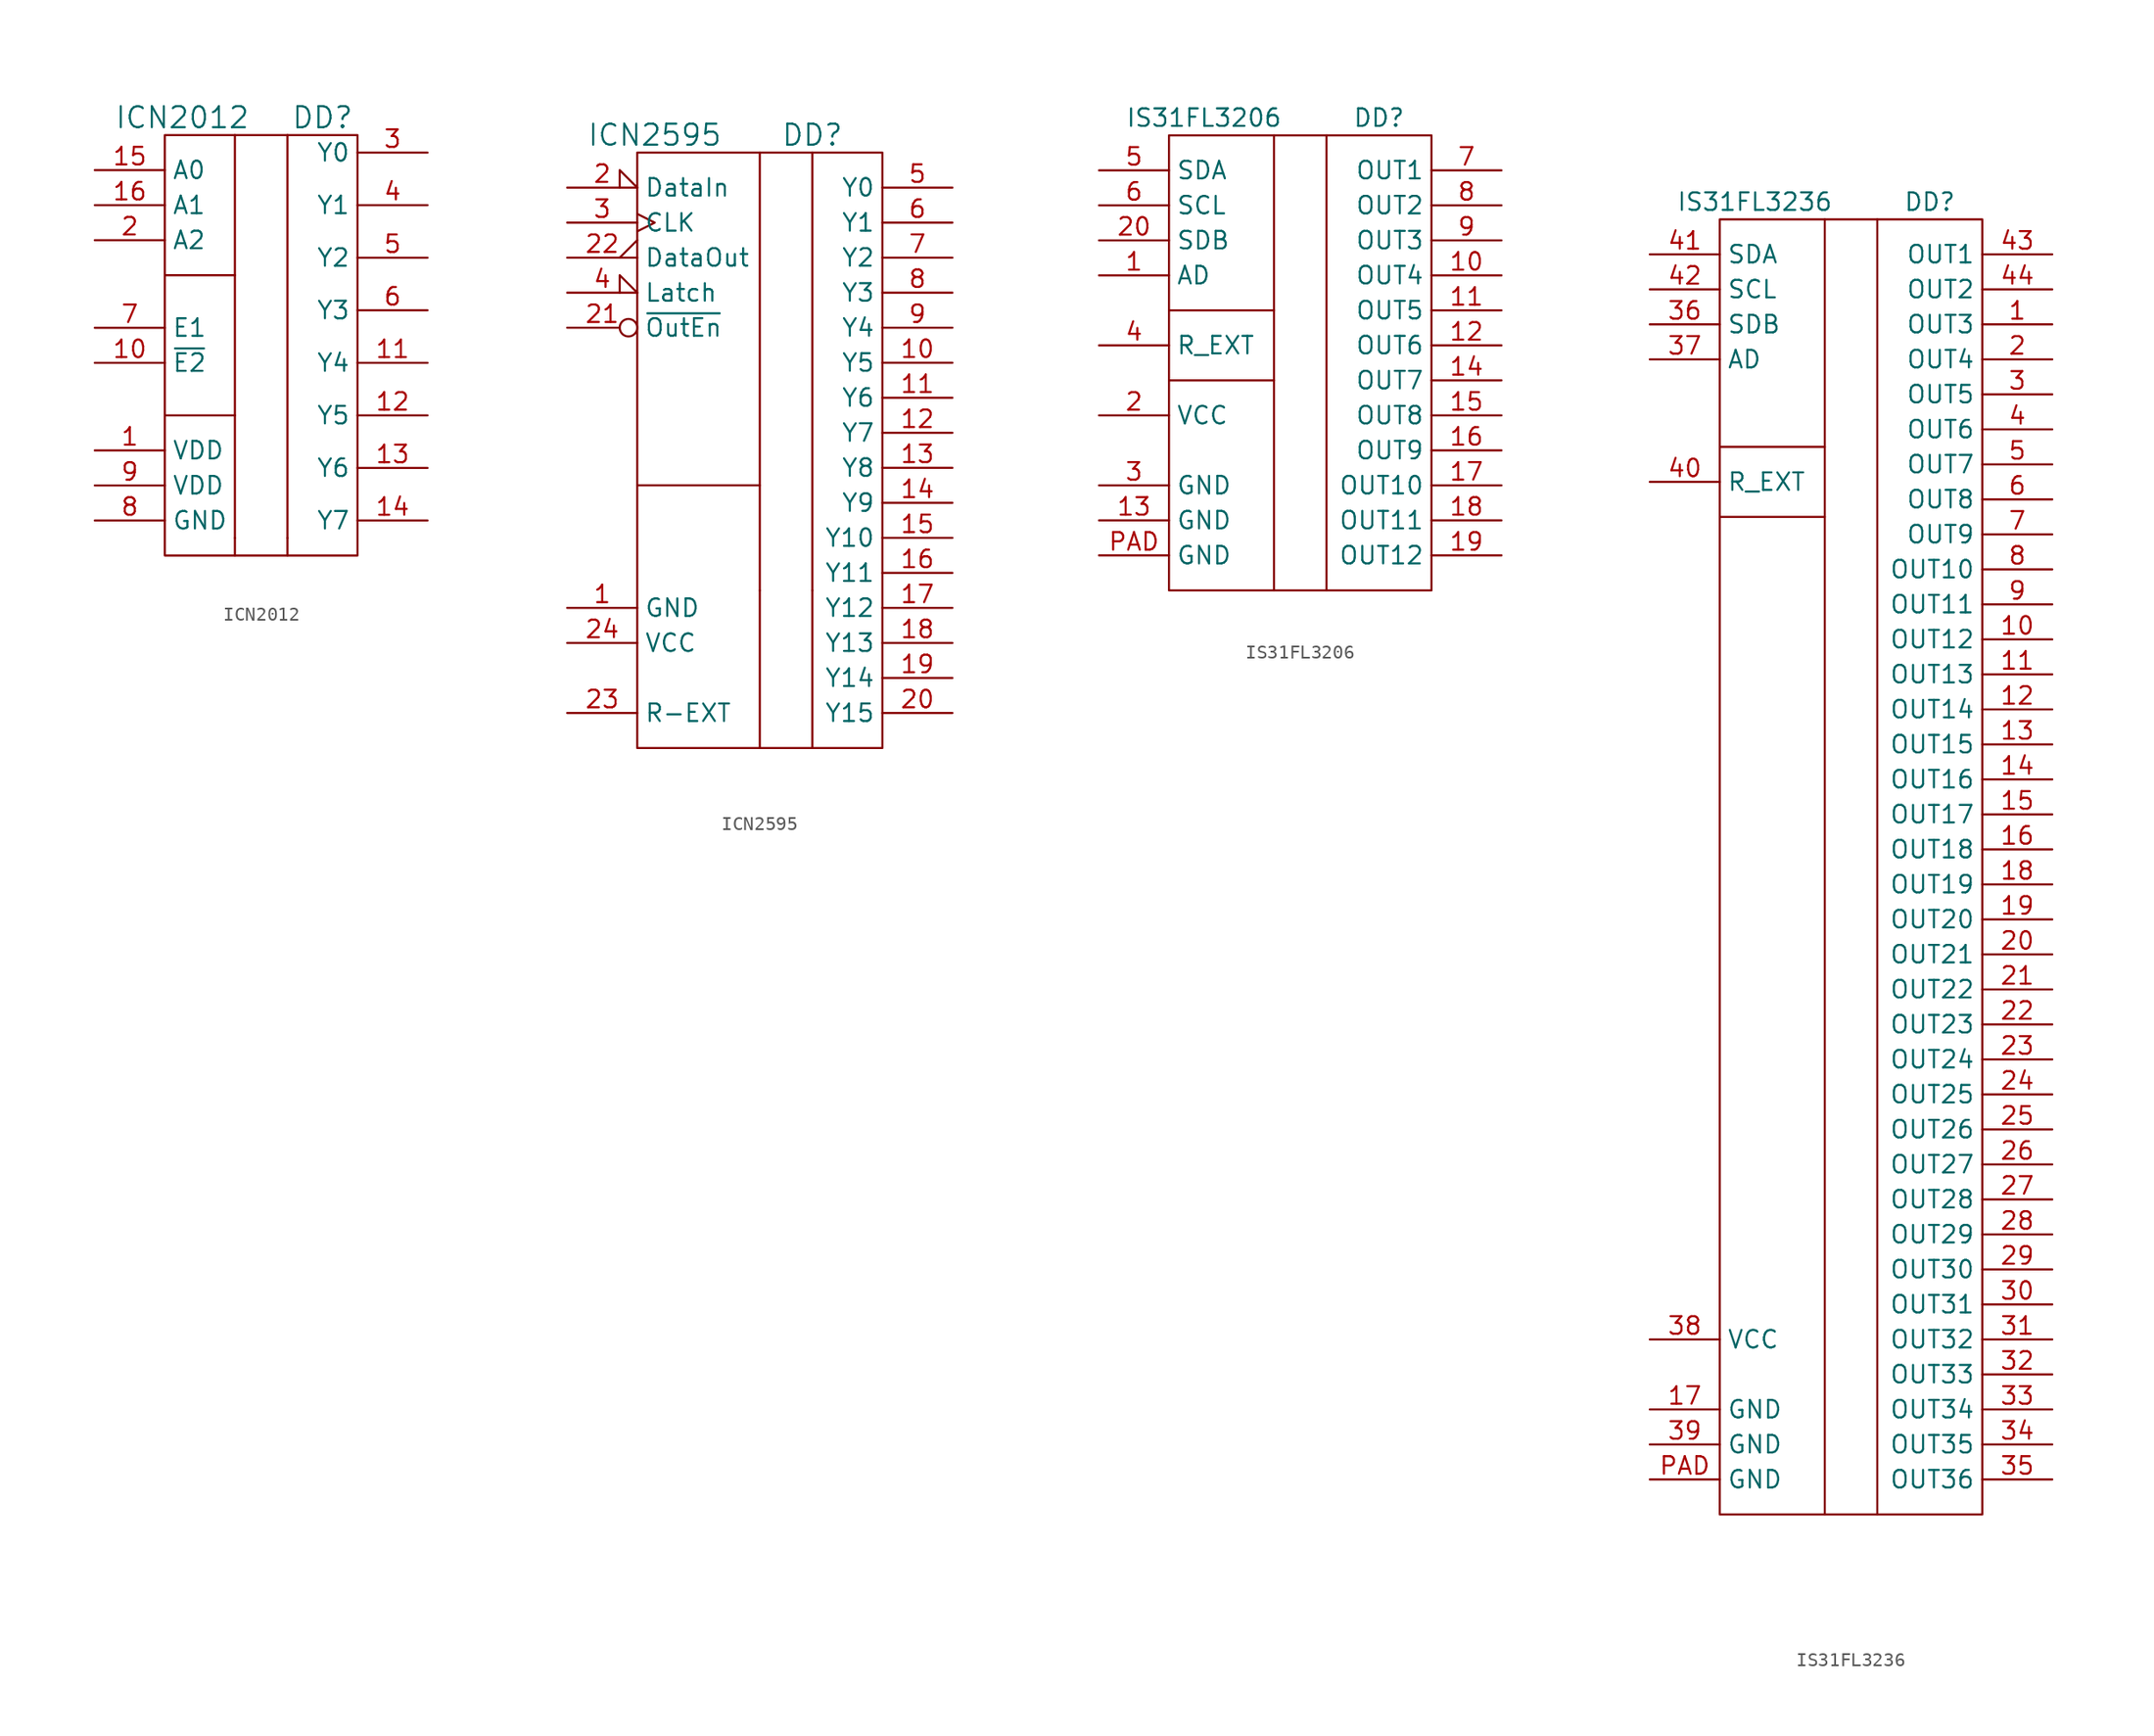
<source format=kicad_sym>
(kicad_symbol_lib
  (version 20200126)
  (host kicad_symbol_editor "(5.99.0-2374-ga61ea1fb0)")
  (symbol "LED_Driver:ICN2012"
    (property "Reference" "DD"
      (at 5.08 16.51 0)
      (effects (font (size 1.524 1.524))))
    (property "Value" "ICN2012"
      (at -5.08 16.51 0)
      (effects (font (size 1.524 1.524))))
    (property "Datasheet" ""
      (at 0 0 0)
      (effects (font (size 1.524 1.524))))
    (symbol "ICN2012_0_1"
      (rectangle (start -6.35 15.24) (end 7.62 -15.24) (stroke (width 0)) (fill (type none)))
      (polyline (pts (xy -1.27 -13.97) (xy -1.27 -15.24)) (stroke (width 0)) (fill (type none)))
      (polyline (pts (xy 2.54 -13.97) (xy 2.54 -15.24)) (stroke (width 0)) (fill (type none)))
      (polyline (pts (xy -6.35 -5.08) (xy -1.27 -5.08) (xy -1.27 -5.08)) (stroke (width 0)) (fill (type none)))
      (polyline (pts (xy -6.35 5.08) (xy -1.27 5.08) (xy -1.27 5.08)) (stroke (width 0)) (fill (type none)))
      (polyline (pts (xy -1.27 15.24) (xy -1.27 -13.97) (xy -1.27 -13.97)) (stroke (width 0)) (fill (type none)))
      (polyline (pts (xy 2.54 15.24) (xy 2.54 -13.97) (xy 2.54 -13.97)) (stroke (width 0)) (fill (type none))))
    (symbol "ICN2012_1_1"
      (pin power_in line (at -11.43 -7.62 0) (length 5.08) (name "VDD" (effects (font (size 1.27 1.27)))) (number "1" (effects (font (size 1.27 1.27)))))
      (pin passive line (at -11.43 -1.27 0) (length 5.08) (name "~E2" (effects (font (size 1.27 1.27)))) (number "10" (effects (font (size 1.27 1.27)))))
      (pin passive line (at 12.7 -1.27 180) (length 5.08) (name "Y4" (effects (font (size 1.27 1.27)))) (number "11" (effects (font (size 1.27 1.27)))))
      (pin passive line (at 12.7 -5.08 180) (length 5.08) (name "Y5" (effects (font (size 1.27 1.27)))) (number "12" (effects (font (size 1.27 1.27)))))
      (pin passive line (at 12.7 -8.89 180) (length 5.08) (name "Y6" (effects (font (size 1.27 1.27)))) (number "13" (effects (font (size 1.27 1.27)))))
      (pin passive line (at 12.7 -12.7 180) (length 5.08) (name "Y7" (effects (font (size 1.27 1.27)))) (number "14" (effects (font (size 1.27 1.27)))))
      (pin passive line (at -11.43 12.7 0) (length 5.08) (name "A0" (effects (font (size 1.27 1.27)))) (number "15" (effects (font (size 1.27 1.27)))))
      (pin passive line (at -11.43 10.16 0) (length 5.08) (name "A1" (effects (font (size 1.27 1.27)))) (number "16" (effects (font (size 1.27 1.27)))))
      (pin passive line (at -11.43 7.62 0) (length 5.08) (name "A2" (effects (font (size 1.27 1.27)))) (number "2" (effects (font (size 1.27 1.27)))))
      (pin passive line (at 12.7 13.97 180) (length 5.08) (name "Y0" (effects (font (size 1.27 1.27)))) (number "3" (effects (font (size 1.27 1.27)))))
      (pin passive line (at 12.7 10.16 180) (length 5.08) (name "Y1" (effects (font (size 1.27 1.27)))) (number "4" (effects (font (size 1.27 1.27)))))
      (pin passive line (at 12.7 6.35 180) (length 5.08) (name "Y2" (effects (font (size 1.27 1.27)))) (number "5" (effects (font (size 1.27 1.27)))))
      (pin passive line (at 12.7 2.54 180) (length 5.08) (name "Y3" (effects (font (size 1.27 1.27)))) (number "6" (effects (font (size 1.27 1.27)))))
      (pin passive line (at -11.43 1.27 0) (length 5.08) (name "E1" (effects (font (size 1.27 1.27)))) (number "7" (effects (font (size 1.27 1.27)))))
      (pin power_in line (at -11.43 -12.7 0) (length 5.08) (name "GND" (effects (font (size 1.27 1.27)))) (number "8" (effects (font (size 1.27 1.27)))))
      (pin power_in line (at -11.43 -10.16 0) (length 5.08) (name "VDD" (effects (font (size 1.27 1.27)))) (number "9" (effects (font (size 1.27 1.27)))))))
  (symbol "LED_Driver:ICN2595"
    (property "Reference" "DD"
      (at 3.81 21.59 0)
      (effects (font (size 1.524 1.524))))
    (property "Value" "ICN2595"
      (at -7.62 21.59 0)
      (effects (font (size 1.524 1.524))))
    (symbol "ICN2595_0_1"
      (rectangle (start -8.89 20.32) (end 8.89 -22.86) (stroke (width 0)) (fill (type none)))
      (polyline (pts (xy 0 -11.43) (xy 0 -22.86)) (stroke (width 0)) (fill (type none)))
      (polyline (pts (xy 3.81 -11.43) (xy 3.81 -22.86)) (stroke (width 0)) (fill (type none)))
      (polyline (pts (xy -8.89 -3.81) (xy 0 -3.81) (xy 0 -3.81)) (stroke (width 0)) (fill (type none)))
      (polyline (pts (xy 0 20.32) (xy 0 -11.43) (xy 0 -11.43)) (stroke (width 0)) (fill (type none)))
      (polyline (pts (xy 3.81 20.32) (xy 3.81 -11.43) (xy 3.81 -11.43)) (stroke (width 0)) (fill (type none))))
    (symbol "ICN2595_1_1"
      (pin power_in line (at -13.97 -12.7 0) (length 5.08) (name "GND" (effects (font (size 1.27 1.27)))) (number "1" (effects (font (size 1.27 1.27)))))
      (pin passive line (at 13.97 5.08 180) (length 5.08) (name "Y5" (effects (font (size 1.27 1.27)))) (number "10" (effects (font (size 1.27 1.27)))))
      (pin passive line (at 13.97 2.54 180) (length 5.08) (name "Y6" (effects (font (size 1.27 1.27)))) (number "11" (effects (font (size 1.27 1.27)))))
      (pin passive line (at 13.97 0 180) (length 5.08) (name "Y7" (effects (font (size 1.27 1.27)))) (number "12" (effects (font (size 1.27 1.27)))))
      (pin passive line (at 13.97 -2.54 180) (length 5.08) (name "Y8" (effects (font (size 1.27 1.27)))) (number "13" (effects (font (size 1.27 1.27)))))
      (pin passive line (at 13.97 -5.08 180) (length 5.08) (name "Y9" (effects (font (size 1.27 1.27)))) (number "14" (effects (font (size 1.27 1.27)))))
      (pin passive line (at 13.97 -7.62 180) (length 5.08) (name "Y10" (effects (font (size 1.27 1.27)))) (number "15" (effects (font (size 1.27 1.27)))))
      (pin passive line (at 13.97 -10.16 180) (length 5.08) (name "Y11" (effects (font (size 1.27 1.27)))) (number "16" (effects (font (size 1.27 1.27)))))
      (pin passive line (at 13.97 -12.7 180) (length 5.08) (name "Y12" (effects (font (size 1.27 1.27)))) (number "17" (effects (font (size 1.27 1.27)))))
      (pin passive line (at 13.97 -15.24 180) (length 5.08) (name "Y13" (effects (font (size 1.27 1.27)))) (number "18" (effects (font (size 1.27 1.27)))))
      (pin passive line (at 13.97 -17.78 180) (length 5.08) (name "Y14" (effects (font (size 1.27 1.27)))) (number "19" (effects (font (size 1.27 1.27)))))
      (pin passive input_low (at -13.97 17.78 0) (length 5.08) (name "DataIn" (effects (font (size 1.27 1.27)))) (number "2" (effects (font (size 1.27 1.27)))))
      (pin passive line (at 13.97 -20.32 180) (length 5.08) (name "Y15" (effects (font (size 1.27 1.27)))) (number "20" (effects (font (size 1.27 1.27)))))
      (pin passive inverted (at -13.97 7.62 0) (length 5.08) (name "~OutEn" (effects (font (size 1.27 1.27)))) (number "21" (effects (font (size 1.27 1.27)))))
      (pin passive output_low (at -13.97 12.7 0) (length 5.08) (name "DataOut" (effects (font (size 1.27 1.27)))) (number "22" (effects (font (size 1.27 1.27)))))
      (pin passive line (at -13.97 -20.32 0) (length 5.08) (name "R-EXT" (effects (font (size 1.27 1.27)))) (number "23" (effects (font (size 1.27 1.27)))))
      (pin power_in line (at -13.97 -15.24 0) (length 5.08) (name "VCC" (effects (font (size 1.27 1.27)))) (number "24" (effects (font (size 1.27 1.27)))))
      (pin passive clock (at -13.97 15.24 0) (length 5.08) (name "CLK" (effects (font (size 1.27 1.27)))) (number "3" (effects (font (size 1.27 1.27)))))
      (pin passive input_low (at -13.97 10.16 0) (length 5.08) (name "Latch" (effects (font (size 1.27 1.27)))) (number "4" (effects (font (size 1.27 1.27)))))
      (pin passive line (at 13.97 17.78 180) (length 5.08) (name "Y0" (effects (font (size 1.27 1.27)))) (number "5" (effects (font (size 1.27 1.27)))))
      (pin passive line (at 13.97 15.24 180) (length 5.08) (name "Y1" (effects (font (size 1.27 1.27)))) (number "6" (effects (font (size 1.27 1.27)))))
      (pin passive line (at 13.97 12.7 180) (length 5.08) (name "Y2" (effects (font (size 1.27 1.27)))) (number "7" (effects (font (size 1.27 1.27)))))
      (pin passive line (at 13.97 10.16 180) (length 5.08) (name "Y3" (effects (font (size 1.27 1.27)))) (number "8" (effects (font (size 1.27 1.27)))))
      (pin passive line (at 13.97 7.62 180) (length 5.08) (name "Y4" (effects (font (size 1.27 1.27)))) (number "9" (effects (font (size 1.27 1.27)))))))
  (symbol "LED_Driver:IS31FL3206"
    (property "Reference" "DD"
      (at 6.35 17.78 0)
      (effects (font (size 1.27 1.27))))
    (property "Value" "IS31FL3206"
      (at -6.35 17.78 0)
      (effects (font (size 1.27 1.27))))
    (symbol "IS31FL3206_0_1"
      (rectangle (start -8.89 16.51) (end 10.16 -16.51) (stroke (width 0)) (fill (type none)))
      (polyline (pts (xy -8.89 -1.27) (xy -1.27 -1.27)) (stroke (width 0)) (fill (type none)))
      (polyline (pts (xy -8.89 3.81) (xy -1.27 3.81)) (stroke (width 0)) (fill (type none)))
      (polyline (pts (xy -1.27 16.51) (xy -1.27 -16.51)) (stroke (width 0)) (fill (type none)))
      (polyline (pts (xy 2.54 -16.51) (xy 2.54 16.51)) (stroke (width 0)) (fill (type none))))
    (symbol "IS31FL3206_1_1"
      (pin passive line (at -13.97 6.35 0) (length 5.08) (name "AD" (effects (font (size 1.27 1.27)))) (number "1" (effects (font (size 1.27 1.27)))))
      (pin passive line (at 15.24 6.35 180) (length 5.08) (name "OUT4" (effects (font (size 1.27 1.27)))) (number "10" (effects (font (size 1.27 1.27)))))
      (pin passive line (at 15.24 3.81 180) (length 5.08) (name "OUT5" (effects (font (size 1.27 1.27)))) (number "11" (effects (font (size 1.27 1.27)))))
      (pin passive line (at 15.24 1.27 180) (length 5.08) (name "OUT6" (effects (font (size 1.27 1.27)))) (number "12" (effects (font (size 1.27 1.27)))))
      (pin power_in line (at -13.97 -11.43 0) (length 5.08) (name "GND" (effects (font (size 1.27 1.27)))) (number "13" (effects (font (size 1.27 1.27)))))
      (pin passive line (at 15.24 -1.27 180) (length 5.08) (name "OUT7" (effects (font (size 1.27 1.27)))) (number "14" (effects (font (size 1.27 1.27)))))
      (pin passive line (at 15.24 -3.81 180) (length 5.08) (name "OUT8" (effects (font (size 1.27 1.27)))) (number "15" (effects (font (size 1.27 1.27)))))
      (pin passive line (at 15.24 -6.35 180) (length 5.08) (name "OUT9" (effects (font (size 1.27 1.27)))) (number "16" (effects (font (size 1.27 1.27)))))
      (pin passive line (at 15.24 -8.89 180) (length 5.08) (name "OUT10" (effects (font (size 1.27 1.27)))) (number "17" (effects (font (size 1.27 1.27)))))
      (pin passive line (at 15.24 -11.43 180) (length 5.08) (name "OUT11" (effects (font (size 1.27 1.27)))) (number "18" (effects (font (size 1.27 1.27)))))
      (pin passive line (at 15.24 -13.97 180) (length 5.08) (name "OUT12" (effects (font (size 1.27 1.27)))) (number "19" (effects (font (size 1.27 1.27)))))
      (pin power_in line (at -13.97 -3.81 0) (length 5.08) (name "VCC" (effects (font (size 1.27 1.27)))) (number "2" (effects (font (size 1.27 1.27)))))
      (pin passive line (at -13.97 8.89 0) (length 5.08) (name "SDB" (effects (font (size 1.27 1.27)))) (number "20" (effects (font (size 1.27 1.27)))))
      (pin power_in line (at -13.97 -8.89 0) (length 5.08) (name "GND" (effects (font (size 1.27 1.27)))) (number "3" (effects (font (size 1.27 1.27)))))
      (pin passive line (at -13.97 1.27 0) (length 5.08) (name "R_EXT" (effects (font (size 1.27 1.27)))) (number "4" (effects (font (size 1.27 1.27)))))
      (pin passive line (at -13.97 13.97 0) (length 5.08) (name "SDA" (effects (font (size 1.27 1.27)))) (number "5" (effects (font (size 1.27 1.27)))))
      (pin passive line (at -13.97 11.43 0) (length 5.08) (name "SCL" (effects (font (size 1.27 1.27)))) (number "6" (effects (font (size 1.27 1.27)))))
      (pin passive line (at 15.24 13.97 180) (length 5.08) (name "OUT1" (effects (font (size 1.27 1.27)))) (number "7" (effects (font (size 1.27 1.27)))))
      (pin passive line (at 15.24 11.43 180) (length 5.08) (name "OUT2" (effects (font (size 1.27 1.27)))) (number "8" (effects (font (size 1.27 1.27)))))
      (pin passive line (at 15.24 8.89 180) (length 5.08) (name "OUT3" (effects (font (size 1.27 1.27)))) (number "9" (effects (font (size 1.27 1.27)))))
      (pin power_in line (at -13.97 -13.97 0) (length 5.08) (name "GND" (effects (font (size 1.27 1.27)))) (number "PAD" (effects (font (size 1.27 1.27)))))))
  (symbol "LED_Driver:IS31FL3236"
    (property "Reference" "DD"
      (at 6.35 45.72 0)
      (effects (font (size 1.27 1.27))))
    (property "Value" "IS31FL3236"
      (at -6.35 45.72 0)
      (effects (font (size 1.27 1.27))))
    (symbol "IS31FL3236_0_1"
      (rectangle (start -8.89 44.45) (end 10.16 -49.53) (stroke (width 0)) (fill (type none)))
      (polyline (pts (xy -8.89 22.86) (xy -1.27 22.86)) (stroke (width 0)) (fill (type none)))
      (polyline (pts (xy -8.89 27.94) (xy -1.27 27.94)) (stroke (width 0)) (fill (type none)))
      (polyline (pts (xy -1.27 44.45) (xy -1.27 -49.53)) (stroke (width 0)) (fill (type none)))
      (polyline (pts (xy 2.54 -49.53) (xy 2.54 44.45)) (stroke (width 0)) (fill (type none))))
    (symbol "IS31FL3236_1_1"
      (pin passive line (at 15.24 36.83 180) (length 5.08) (name "OUT3" (effects (font (size 1.27 1.27)))) (number "1" (effects (font (size 1.27 1.27)))))
      (pin passive line (at 15.24 13.97 180) (length 5.08) (name "OUT12" (effects (font (size 1.27 1.27)))) (number "10" (effects (font (size 1.27 1.27)))))
      (pin passive line (at 15.24 11.43 180) (length 5.08) (name "OUT13" (effects (font (size 1.27 1.27)))) (number "11" (effects (font (size 1.27 1.27)))))
      (pin passive line (at 15.24 8.89 180) (length 5.08) (name "OUT14" (effects (font (size 1.27 1.27)))) (number "12" (effects (font (size 1.27 1.27)))))
      (pin passive line (at 15.24 6.35 180) (length 5.08) (name "OUT15" (effects (font (size 1.27 1.27)))) (number "13" (effects (font (size 1.27 1.27)))))
      (pin passive line (at 15.24 3.81 180) (length 5.08) (name "OUT16" (effects (font (size 1.27 1.27)))) (number "14" (effects (font (size 1.27 1.27)))))
      (pin passive line (at 15.24 1.27 180) (length 5.08) (name "OUT17" (effects (font (size 1.27 1.27)))) (number "15" (effects (font (size 1.27 1.27)))))
      (pin passive line (at 15.24 -1.27 180) (length 5.08) (name "OUT18" (effects (font (size 1.27 1.27)))) (number "16" (effects (font (size 1.27 1.27)))))
      (pin power_in line (at -13.97 -41.91 0) (length 5.08) (name "GND" (effects (font (size 1.27 1.27)))) (number "17" (effects (font (size 1.27 1.27)))))
      (pin passive line (at 15.24 -3.81 180) (length 5.08) (name "OUT19" (effects (font (size 1.27 1.27)))) (number "18" (effects (font (size 1.27 1.27)))))
      (pin passive line (at 15.24 -6.35 180) (length 5.08) (name "OUT20" (effects (font (size 1.27 1.27)))) (number "19" (effects (font (size 1.27 1.27)))))
      (pin passive line (at 15.24 34.29 180) (length 5.08) (name "OUT4" (effects (font (size 1.27 1.27)))) (number "2" (effects (font (size 1.27 1.27)))))
      (pin passive line (at 15.24 -8.89 180) (length 5.08) (name "OUT21" (effects (font (size 1.27 1.27)))) (number "20" (effects (font (size 1.27 1.27)))))
      (pin passive line (at 15.24 -11.43 180) (length 5.08) (name "OUT22" (effects (font (size 1.27 1.27)))) (number "21" (effects (font (size 1.27 1.27)))))
      (pin passive line (at 15.24 -13.97 180) (length 5.08) (name "OUT23" (effects (font (size 1.27 1.27)))) (number "22" (effects (font (size 1.27 1.27)))))
      (pin passive line (at 15.24 -16.51 180) (length 5.08) (name "OUT24" (effects (font (size 1.27 1.27)))) (number "23" (effects (font (size 1.27 1.27)))))
      (pin passive line (at 15.24 -19.05 180) (length 5.08) (name "OUT25" (effects (font (size 1.27 1.27)))) (number "24" (effects (font (size 1.27 1.27)))))
      (pin passive line (at 15.24 -21.59 180) (length 5.08) (name "OUT26" (effects (font (size 1.27 1.27)))) (number "25" (effects (font (size 1.27 1.27)))))
      (pin passive line (at 15.24 -24.13 180) (length 5.08) (name "OUT27" (effects (font (size 1.27 1.27)))) (number "26" (effects (font (size 1.27 1.27)))))
      (pin passive line (at 15.24 -26.67 180) (length 5.08) (name "OUT28" (effects (font (size 1.27 1.27)))) (number "27" (effects (font (size 1.27 1.27)))))
      (pin passive line (at 15.24 -29.21 180) (length 5.08) (name "OUT29" (effects (font (size 1.27 1.27)))) (number "28" (effects (font (size 1.27 1.27)))))
      (pin passive line (at 15.24 -31.75 180) (length 5.08) (name "OUT30" (effects (font (size 1.27 1.27)))) (number "29" (effects (font (size 1.27 1.27)))))
      (pin passive line (at 15.24 31.75 180) (length 5.08) (name "OUT5" (effects (font (size 1.27 1.27)))) (number "3" (effects (font (size 1.27 1.27)))))
      (pin passive line (at 15.24 -34.29 180) (length 5.08) (name "OUT31" (effects (font (size 1.27 1.27)))) (number "30" (effects (font (size 1.27 1.27)))))
      (pin passive line (at 15.24 -36.83 180) (length 5.08) (name "OUT32" (effects (font (size 1.27 1.27)))) (number "31" (effects (font (size 1.27 1.27)))))
      (pin passive line (at 15.24 -39.37 180) (length 5.08) (name "OUT33" (effects (font (size 1.27 1.27)))) (number "32" (effects (font (size 1.27 1.27)))))
      (pin passive line (at 15.24 -41.91 180) (length 5.08) (name "OUT34" (effects (font (size 1.27 1.27)))) (number "33" (effects (font (size 1.27 1.27)))))
      (pin passive line (at 15.24 -44.45 180) (length 5.08) (name "OUT35" (effects (font (size 1.27 1.27)))) (number "34" (effects (font (size 1.27 1.27)))))
      (pin passive line (at 15.24 -46.99 180) (length 5.08) (name "OUT36" (effects (font (size 1.27 1.27)))) (number "35" (effects (font (size 1.27 1.27)))))
      (pin passive line (at -13.97 36.83 0) (length 5.08) (name "SDB" (effects (font (size 1.27 1.27)))) (number "36" (effects (font (size 1.27 1.27)))))
      (pin passive line (at -13.97 34.29 0) (length 5.08) (name "AD" (effects (font (size 1.27 1.27)))) (number "37" (effects (font (size 1.27 1.27)))))
      (pin power_in line (at -13.97 -36.83 0) (length 5.08) (name "VCC" (effects (font (size 1.27 1.27)))) (number "38" (effects (font (size 1.27 1.27)))))
      (pin power_in line (at -13.97 -44.45 0) (length 5.08) (name "GND" (effects (font (size 1.27 1.27)))) (number "39" (effects (font (size 1.27 1.27)))))
      (pin passive line (at 15.24 29.21 180) (length 5.08) (name "OUT6" (effects (font (size 1.27 1.27)))) (number "4" (effects (font (size 1.27 1.27)))))
      (pin passive line (at -13.97 25.4 0) (length 5.08) (name "R_EXT" (effects (font (size 1.27 1.27)))) (number "40" (effects (font (size 1.27 1.27)))))
      (pin passive line (at -13.97 41.91 0) (length 5.08) (name "SDA" (effects (font (size 1.27 1.27)))) (number "41" (effects (font (size 1.27 1.27)))))
      (pin passive line (at -13.97 39.37 0) (length 5.08) (name "SCL" (effects (font (size 1.27 1.27)))) (number "42" (effects (font (size 1.27 1.27)))))
      (pin passive line (at 15.24 41.91 180) (length 5.08) (name "OUT1" (effects (font (size 1.27 1.27)))) (number "43" (effects (font (size 1.27 1.27)))))
      (pin passive line (at 15.24 39.37 180) (length 5.08) (name "OUT2" (effects (font (size 1.27 1.27)))) (number "44" (effects (font (size 1.27 1.27)))))
      (pin passive line (at 15.24 26.67 180) (length 5.08) (name "OUT7" (effects (font (size 1.27 1.27)))) (number "5" (effects (font (size 1.27 1.27)))))
      (pin passive line (at 15.24 24.13 180) (length 5.08) (name "OUT8" (effects (font (size 1.27 1.27)))) (number "6" (effects (font (size 1.27 1.27)))))
      (pin passive line (at 15.24 21.59 180) (length 5.08) (name "OUT9" (effects (font (size 1.27 1.27)))) (number "7" (effects (font (size 1.27 1.27)))))
      (pin passive line (at 15.24 19.05 180) (length 5.08) (name "OUT10" (effects (font (size 1.27 1.27)))) (number "8" (effects (font (size 1.27 1.27)))))
      (pin passive line (at 15.24 16.51 180) (length 5.08) (name "OUT11" (effects (font (size 1.27 1.27)))) (number "9" (effects (font (size 1.27 1.27)))))
      (pin power_in line (at -13.97 -46.99 0) (length 5.08) (name "GND" (effects (font (size 1.27 1.27)))) (number "PAD" (effects (font (size 1.27 1.27))))))))
</source>
